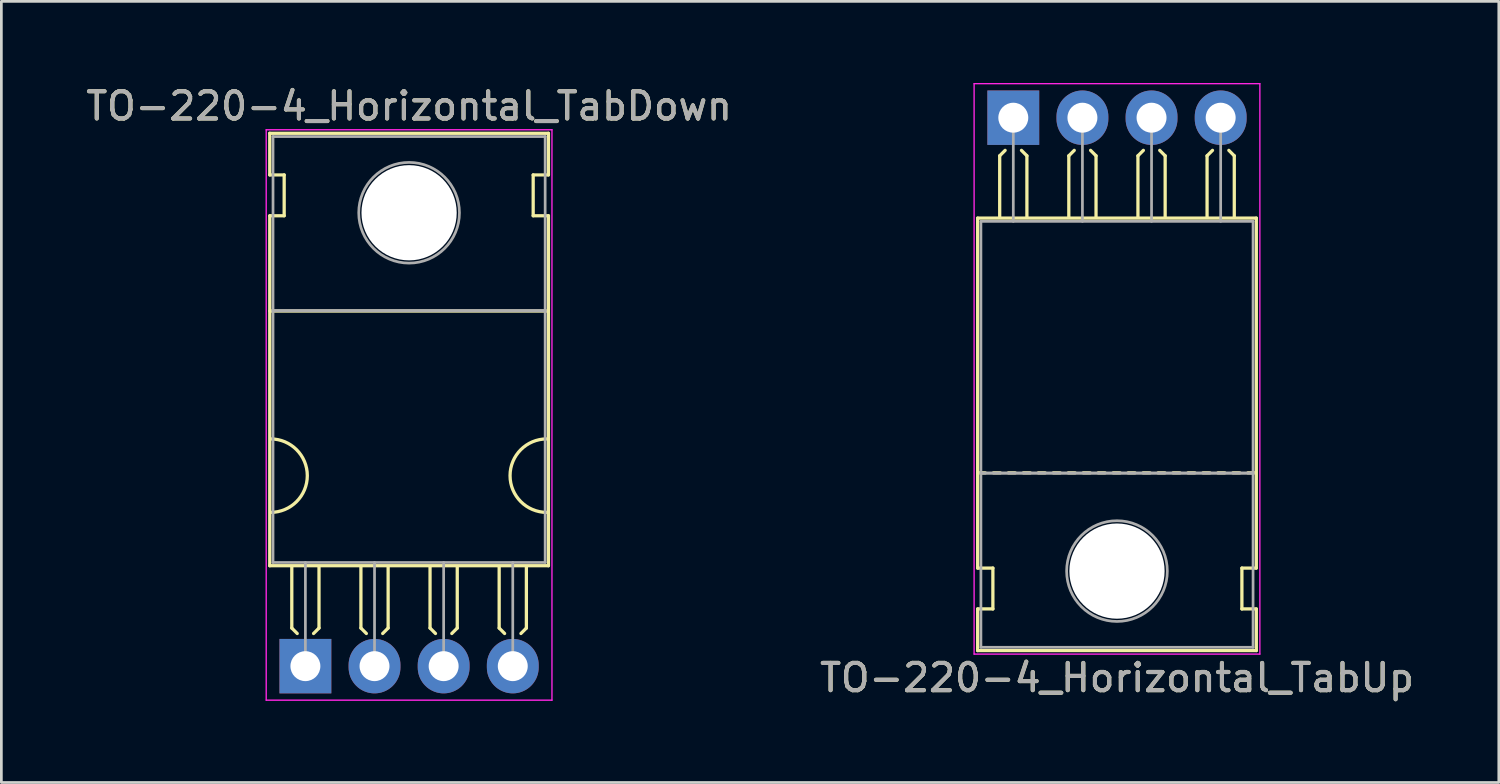
<source format=kicad_pcb>
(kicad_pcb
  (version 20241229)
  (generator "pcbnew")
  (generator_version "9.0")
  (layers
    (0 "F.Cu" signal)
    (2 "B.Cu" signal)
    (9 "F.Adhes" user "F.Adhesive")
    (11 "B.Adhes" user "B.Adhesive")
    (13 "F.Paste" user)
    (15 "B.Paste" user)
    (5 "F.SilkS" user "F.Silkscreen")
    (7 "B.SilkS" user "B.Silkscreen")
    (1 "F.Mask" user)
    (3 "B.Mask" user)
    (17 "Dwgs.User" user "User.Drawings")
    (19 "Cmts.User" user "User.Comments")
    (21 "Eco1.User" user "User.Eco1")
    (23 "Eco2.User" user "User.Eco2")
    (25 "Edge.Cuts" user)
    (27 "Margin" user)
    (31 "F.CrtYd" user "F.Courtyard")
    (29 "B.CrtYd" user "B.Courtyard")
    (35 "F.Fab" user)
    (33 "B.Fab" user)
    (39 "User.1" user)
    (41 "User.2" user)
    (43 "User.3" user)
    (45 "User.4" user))
  (footprint "TO-220-4_Horizontal_TabDown"
    (layer "F.Cu")
    (at 8.172 21.428)
    (property "Reference" "TO-220-4_Horizontal_TabDown" (at 3.81 -20.58 0) (layer "F.SilkS") (effects (font (size 1 1) (thickness 0.15))))
    (attr through_hole)
    (fp_line (start -1.31 -19.58) (end -1.31 -18.05) (stroke (width 0.12) (type solid)) (layer "F.SilkS"))
    (fp_line (start -1.31 -19.58) (end 8.93 -19.58) (stroke (width 0.12) (type solid)) (layer "F.SilkS"))
    (fp_line (start -1.31 -18.05) (end -0.78 -18.05) (stroke (width 0.12) (type solid)) (layer "F.SilkS"))
    (fp_line (start -1.31 -16.55) (end -1.31 -3.69) (stroke (width 0.12) (type solid)) (layer "F.SilkS"))
    (fp_line (start -1.31 -3.69) (end 8.93 -3.69) (stroke (width 0.12) (type solid)) (layer "F.SilkS"))
    (fp_line (start -1.305 -13.05) (end 8.92 -13.05) (stroke (width 0.12) (type solid)) (layer "F.SilkS"))
    (fp_line (start -0.78 -18.05) (end -0.78 -16.55) (stroke (width 0.12) (type solid)) (layer "F.SilkS"))
    (fp_line (start -0.78 -16.55) (end -1.305 -16.55) (stroke (width 0.12) (type solid)) (layer "F.SilkS"))
    (fp_line (start -0.5 -3.65) (end -0.5 -1.4) (stroke (width 0.12) (type solid)) (layer "F.SilkS"))
    (fp_line (start -0.5 -1.4) (end -0.3 -1.2) (stroke (width 0.12) (type solid)) (layer "F.SilkS"))
    (fp_line (start 0.5 -3.65) (end 0.5 -1.4) (stroke (width 0.12) (type solid)) (layer "F.SilkS"))
    (fp_line (start 0.5 -1.4) (end 0.3 -1.2) (stroke (width 0.12) (type solid)) (layer "F.SilkS"))
    (fp_line (start 2.04 -3.65) (end 2.04 -1.4) (stroke (width 0.12) (type solid)) (layer "F.SilkS"))
    (fp_line (start 2.04 -1.4) (end 2.24 -1.2) (stroke (width 0.12) (type solid)) (layer "F.SilkS"))
    (fp_line (start 3.04 -3.65) (end 3.04 -1.4) (stroke (width 0.12) (type solid)) (layer "F.SilkS"))
    (fp_line (start 3.04 -1.4) (end 2.84 -1.2) (stroke (width 0.12) (type solid)) (layer "F.SilkS"))
    (fp_line (start 4.58 -3.65) (end 4.58 -1.4) (stroke (width 0.12) (type solid)) (layer "F.SilkS"))
    (fp_line (start 4.58 -1.4) (end 4.78 -1.2) (stroke (width 0.12) (type solid)) (layer "F.SilkS"))
    (fp_line (start 5.58 -3.65) (end 5.58 -1.4) (stroke (width 0.12) (type solid)) (layer "F.SilkS"))
    (fp_line (start 5.58 -1.4) (end 5.38 -1.2) (stroke (width 0.12) (type solid)) (layer "F.SilkS"))
    (fp_line (start 7.12 -3.65) (end 7.12 -1.4) (stroke (width 0.12) (type solid)) (layer "F.SilkS"))
    (fp_line (start 7.12 -1.4) (end 7.32 -1.2) (stroke (width 0.12) (type solid)) (layer "F.SilkS"))
    (fp_line (start 8.12 -3.65) (end 8.12 -1.4) (stroke (width 0.12) (type solid)) (layer "F.SilkS"))
    (fp_line (start 8.12 -1.4) (end 7.92 -1.2) (stroke (width 0.12) (type solid)) (layer "F.SilkS"))
    (fp_line (start 8.37 -18.05) (end 8.93 -18.05) (stroke (width 0.12) (type solid)) (layer "F.SilkS"))
    (fp_line (start 8.37 -16.55) (end 8.37 -18.05) (stroke (width 0.12) (type solid)) (layer "F.SilkS"))
    (fp_line (start 8.93 -19.58) (end 8.93 -18.05) (stroke (width 0.12) (type solid)) (layer "F.SilkS"))
    (fp_line (start 8.93 -16.55) (end 8.37 -16.55) (stroke (width 0.12) (type solid)) (layer "F.SilkS"))
    (fp_line (start 8.93 -16.55) (end 8.93 -3.69) (stroke (width 0.12) (type solid)) (layer "F.SilkS"))
    (fp_arc (start -1.28 -8.35) (mid 0.07 -7) (end -1.28 -5.65) (stroke (width 0.12) (type solid)) (layer "F.SilkS"))
    (fp_arc (start 8.87 -5.65) (mid 7.52 -7) (end 8.87 -8.35) (stroke (width 0.12) (type solid)) (layer "F.SilkS"))
    (fp_line (start -1.44 -19.71) (end -1.44 1.25) (stroke (width 0.05) (type solid)) (layer "F.CrtYd"))
    (fp_line (start -1.44 1.25) (end 9.06 1.25) (stroke (width 0.05) (type solid)) (layer "F.CrtYd"))
    (fp_line (start 9.06 -19.71) (end -1.44 -19.71) (stroke (width 0.05) (type solid)) (layer "F.CrtYd"))
    (fp_line (start 9.06 1.25) (end 9.06 -19.71) (stroke (width 0.05) (type solid)) (layer "F.CrtYd"))
    (fp_line (start -1.19 -19.46) (end 8.81 -19.46) (stroke (width 0.1) (type solid)) (layer "F.Fab"))
    (fp_line (start -1.19 -13.06) (end -1.19 -19.46) (stroke (width 0.1) (type solid)) (layer "F.Fab"))
    (fp_line (start -1.19 -13.06) (end 8.81 -13.06) (stroke (width 0.1) (type solid)) (layer "F.Fab"))
    (fp_line (start -1.19 -3.81) (end -1.19 -13.06) (stroke (width 0.1) (type solid)) (layer "F.Fab"))
    (fp_line (start 0 -3.81) (end 0 0) (stroke (width 0.1) (type solid)) (layer "F.Fab"))
    (fp_line (start 2.54 -3.81) (end 2.54 0) (stroke (width 0.1) (type solid)) (layer "F.Fab"))
    (fp_line (start 5.08 -3.81) (end 5.08 0) (stroke (width 0.1) (type solid)) (layer "F.Fab"))
    (fp_line (start 7.62 -3.81) (end 7.62 0) (stroke (width 0.1) (type solid)) (layer "F.Fab"))
    (fp_line (start 8.81 -19.46) (end 8.81 -13.06) (stroke (width 0.1) (type solid)) (layer "F.Fab"))
    (fp_line (start 8.81 -13.06) (end -1.19 -13.06) (stroke (width 0.1) (type solid)) (layer "F.Fab"))
    (fp_line (start 8.81 -13.06) (end 8.81 -3.81) (stroke (width 0.1) (type solid)) (layer "F.Fab"))
    (fp_line (start 8.81 -3.81) (end -1.19 -3.81) (stroke (width 0.1) (type solid)) (layer "F.Fab"))
    (fp_circle (center 3.81 -16.66) (end 5.66 -16.66) (stroke (width 0.1) (type solid)) (fill no) (layer "F.Fab"))
    (fp_text user "${REFERENCE}" (at 3.81 -20.58 0) (layer "F.Fab") (effects (font (size 1 1) (thickness 0.15))))
    (pad "" np_thru_hole oval (at 3.81 -16.66) (size 3.5 3.5) (drill 3.5) (layers "*.Cu" "*.Mask"))
    (pad "1" thru_hole rect (at 0 0) (size 1.905 2) (drill 1.1) (layers "*.Cu" "*.Mask"))
    (pad "2" thru_hole oval (at 2.54 0) (size 1.905 2) (drill 1.1) (layers "*.Cu" "*.Mask"))
    (pad "3" thru_hole oval (at 5.08 0) (size 1.905 2) (drill 1.1) (layers "*.Cu" "*.Mask"))
    (pad "4" thru_hole oval (at 7.62 0) (size 1.905 2) (drill 1.1) (layers "*.Cu" "*.Mask")))
  (footprint "TO-220-4_Horizontal_TabUp"
    (layer "F.Cu")
    (at 34.184 1.275)
    (property "Reference" "TO-220-4_Horizontal_TabUp" (at 3.81 20.58 0) (layer "F.SilkS") (effects (font (size 1 1) (thickness 0.15))))
    (attr through_hole)
    (fp_line (start -1.31 16.55) (end -1.31 3.69) (stroke (width 0.12) (type solid)) (layer "F.SilkS"))
    (fp_line (start -1.31 16.55) (end -0.75 16.55) (stroke (width 0.12) (type solid)) (layer "F.SilkS"))
    (fp_line (start -1.31 19.58) (end -1.31 18.05) (stroke (width 0.12) (type solid)) (layer "F.SilkS"))
    (fp_line (start -1.03 13.05) (end -1.28 13.05) (stroke (width 0.12) (type solid)) (layer "F.SilkS"))
    (fp_line (start -0.75 16.55) (end -0.75 18.05) (stroke (width 0.12) (type solid)) (layer "F.SilkS"))
    (fp_line (start -0.75 18.05) (end -1.31 18.05) (stroke (width 0.12) (type solid)) (layer "F.SilkS"))
    (fp_line (start -0.5 1.4) (end -0.3 1.2) (stroke (width 0.12) (type solid)) (layer "F.SilkS"))
    (fp_line (start -0.5 3.65) (end -0.5 1.4) (stroke (width 0.12) (type solid)) (layer "F.SilkS"))
    (fp_line (start -0.48 13.05) (end -0.73 13.05) (stroke (width 0.12) (type solid)) (layer "F.SilkS"))
    (fp_line (start 0.07 13.05) (end -0.18 13.05) (stroke (width 0.12) (type solid)) (layer "F.SilkS"))
    (fp_line (start 0.5 1.4) (end 0.3 1.2) (stroke (width 0.12) (type solid)) (layer "F.SilkS"))
    (fp_line (start 0.5 3.65) (end 0.5 1.4) (stroke (width 0.12) (type solid)) (layer "F.SilkS"))
    (fp_line (start 0.62 13.05) (end 0.37 13.05) (stroke (width 0.12) (type solid)) (layer "F.SilkS"))
    (fp_line (start 1.17 13.05) (end 0.92 13.05) (stroke (width 0.12) (type solid)) (layer "F.SilkS"))
    (fp_line (start 1.72 13.05) (end 1.47 13.05) (stroke (width 0.12) (type solid)) (layer "F.SilkS"))
    (fp_line (start 2.04 1.4) (end 2.24 1.2) (stroke (width 0.12) (type solid)) (layer "F.SilkS"))
    (fp_line (start 2.04 3.65) (end 2.04 1.4) (stroke (width 0.12) (type solid)) (layer "F.SilkS"))
    (fp_line (start 2.27 13.05) (end 2.02 13.05) (stroke (width 0.12) (type solid)) (layer "F.SilkS"))
    (fp_line (start 2.82 13.05) (end 2.57 13.05) (stroke (width 0.12) (type solid)) (layer "F.SilkS"))
    (fp_line (start 3.04 1.4) (end 2.84 1.2) (stroke (width 0.12) (type solid)) (layer "F.SilkS"))
    (fp_line (start 3.04 3.65) (end 3.04 1.4) (stroke (width 0.12) (type solid)) (layer "F.SilkS"))
    (fp_line (start 3.37 13.05) (end 3.12 13.05) (stroke (width 0.12) (type solid)) (layer "F.SilkS"))
    (fp_line (start 3.92 13.05) (end 3.67 13.05) (stroke (width 0.12) (type solid)) (layer "F.SilkS"))
    (fp_line (start 4.47 13.05) (end 4.22 13.05) (stroke (width 0.12) (type solid)) (layer "F.SilkS"))
    (fp_line (start 4.58 1.4) (end 4.78 1.2) (stroke (width 0.12) (type solid)) (layer "F.SilkS"))
    (fp_line (start 4.58 3.65) (end 4.58 1.4) (stroke (width 0.12) (type solid)) (layer "F.SilkS"))
    (fp_line (start 5.02 13.05) (end 4.77 13.05) (stroke (width 0.12) (type solid)) (layer "F.SilkS"))
    (fp_line (start 5.57 13.05) (end 5.32 13.05) (stroke (width 0.12) (type solid)) (layer "F.SilkS"))
    (fp_line (start 5.58 1.4) (end 5.38 1.2) (stroke (width 0.12) (type solid)) (layer "F.SilkS"))
    (fp_line (start 5.58 3.65) (end 5.58 1.4) (stroke (width 0.12) (type solid)) (layer "F.SilkS"))
    (fp_line (start 6.12 13.05) (end 5.87 13.05) (stroke (width 0.12) (type solid)) (layer "F.SilkS"))
    (fp_line (start 6.67 13.05) (end 6.42 13.05) (stroke (width 0.12) (type solid)) (layer "F.SilkS"))
    (fp_line (start 7.12 1.4) (end 7.32 1.2) (stroke (width 0.12) (type solid)) (layer "F.SilkS"))
    (fp_line (start 7.12 3.65) (end 7.12 1.4) (stroke (width 0.12) (type solid)) (layer "F.SilkS"))
    (fp_line (start 7.22 13.05) (end 6.97 13.05) (stroke (width 0.12) (type solid)) (layer "F.SilkS"))
    (fp_line (start 7.77 13.05) (end 7.52 13.05) (stroke (width 0.12) (type solid)) (layer "F.SilkS"))
    (fp_line (start 8.12 1.4) (end 7.92 1.2) (stroke (width 0.12) (type solid)) (layer "F.SilkS"))
    (fp_line (start 8.12 3.65) (end 8.12 1.4) (stroke (width 0.12) (type solid)) (layer "F.SilkS"))
    (fp_line (start 8.32 13.05) (end 8.07 13.05) (stroke (width 0.12) (type solid)) (layer "F.SilkS"))
    (fp_line (start 8.4 16.55) (end 8.925 16.55) (stroke (width 0.12) (type solid)) (layer "F.SilkS"))
    (fp_line (start 8.4 18.05) (end 8.4 16.55) (stroke (width 0.12) (type solid)) (layer "F.SilkS"))
    (fp_line (start 8.87 13.05) (end 8.62 13.05) (stroke (width 0.12) (type solid)) (layer "F.SilkS"))
    (fp_line (start 8.93 3.69) (end -1.31 3.69) (stroke (width 0.12) (type solid)) (layer "F.SilkS"))
    (fp_line (start 8.93 16.55) (end 8.93 3.69) (stroke (width 0.12) (type solid)) (layer "F.SilkS"))
    (fp_line (start 8.93 18.05) (end 8.4 18.05) (stroke (width 0.12) (type solid)) (layer "F.SilkS"))
    (fp_line (start 8.93 19.58) (end -1.31 19.58) (stroke (width 0.12) (type solid)) (layer "F.SilkS"))
    (fp_line (start 8.93 19.58) (end 8.93 18.05) (stroke (width 0.12) (type solid)) (layer "F.SilkS"))
    (fp_line (start -1.44 -1.25) (end -1.44 19.71) (stroke (width 0.05) (type solid)) (layer "F.CrtYd"))
    (fp_line (start -1.44 19.71) (end 9.06 19.71) (stroke (width 0.05) (type solid)) (layer "F.CrtYd"))
    (fp_line (start 9.06 -1.25) (end -1.44 -1.25) (stroke (width 0.05) (type solid)) (layer "F.CrtYd"))
    (fp_line (start 9.06 19.71) (end 9.06 -1.25) (stroke (width 0.05) (type solid)) (layer "F.CrtYd"))
    (fp_line (start -1.19 3.81) (end -1.19 13.06) (stroke (width 0.1) (type solid)) (layer "F.Fab"))
    (fp_line (start -1.19 13.06) (end -1.19 19.46) (stroke (width 0.1) (type solid)) (layer "F.Fab"))
    (fp_line (start -1.19 13.06) (end 8.81 13.06) (stroke (width 0.1) (type solid)) (layer "F.Fab"))
    (fp_line (start -1.19 19.46) (end 8.81 19.46) (stroke (width 0.1) (type solid)) (layer "F.Fab"))
    (fp_line (start 0 3.81) (end 0 0) (stroke (width 0.1) (type solid)) (layer "F.Fab"))
    (fp_line (start 2.54 3.81) (end 2.54 0) (stroke (width 0.1) (type solid)) (layer "F.Fab"))
    (fp_line (start 5.08 3.81) (end 5.08 0) (stroke (width 0.1) (type solid)) (layer "F.Fab"))
    (fp_line (start 7.62 3.81) (end 7.62 0) (stroke (width 0.1) (type solid)) (layer "F.Fab"))
    (fp_line (start 8.81 3.81) (end -1.19 3.81) (stroke (width 0.1) (type solid)) (layer "F.Fab"))
    (fp_line (start 8.81 13.06) (end -1.19 13.06) (stroke (width 0.1) (type solid)) (layer "F.Fab"))
    (fp_line (start 8.81 13.06) (end 8.81 3.81) (stroke (width 0.1) (type solid)) (layer "F.Fab"))
    (fp_line (start 8.81 19.46) (end 8.81 13.06) (stroke (width 0.1) (type solid)) (layer "F.Fab"))
    (fp_circle (center 3.81 16.66) (end 5.66 16.66) (stroke (width 0.1) (type solid)) (fill no) (layer "F.Fab"))
    (fp_text user "${REFERENCE}" (at 3.81 20.58 0) (layer "F.Fab") (effects (font (size 1 1) (thickness 0.15))))
    (pad "" np_thru_hole oval (at 3.81 16.66) (size 3.5 3.5) (drill 3.5) (layers "*.Cu" "*.Mask"))
    (pad "1" thru_hole rect (at 0 0) (size 1.905 2) (drill 1.1) (layers "*.Cu" "*.Mask"))
    (pad "2" thru_hole oval (at 2.54 0) (size 1.905 2) (drill 1.1) (layers "*.Cu" "*.Mask"))
    (pad "3" thru_hole oval (at 5.08 0) (size 1.905 2) (drill 1.1) (layers "*.Cu" "*.Mask"))
    (pad "4" thru_hole oval (at 7.62 0) (size 1.905 2) (drill 1.1) (layers "*.Cu" "*.Mask")))
  (gr_rect
    (start -3 -3)
    (end 52.024 25.703)
    (stroke (width 0.1) (type default))
    (fill no)
    (layer "Edge.Cuts")))
</source>
